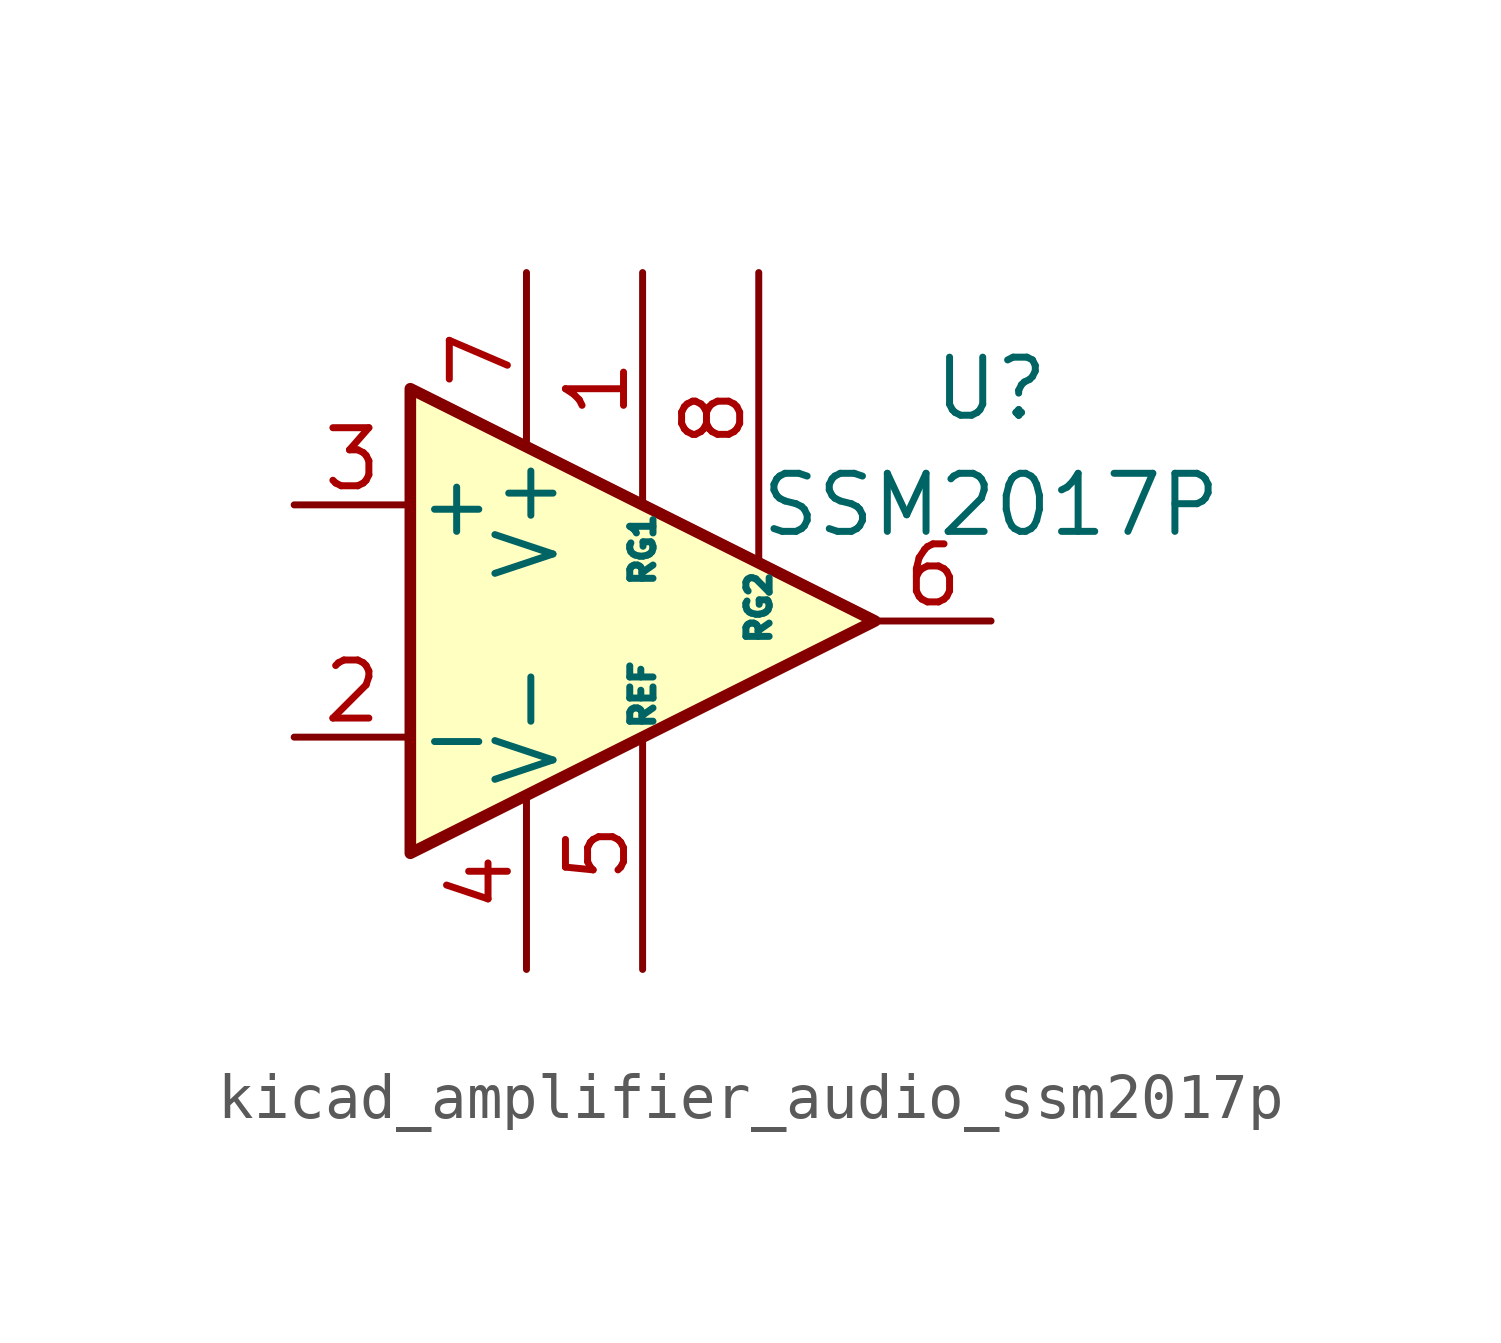
<source format=kicad_sym>
(kicad_symbol_lib
  (version 20220914)
  (generator kicad_symbol_editor)
  (symbol "kicad_amplifier_audio_ssm2017p"
    (pin_names
      (offset 0.127))
    (property "Reference" "U"
      (at 7.62 5.08 0)
      (effects (font (size 1.27 1.27))))
    (property "Value" "SSM2017P"
      (at 7.62 2.54 0)
      (effects (font (size 1.27 1.27))))
    (symbol "kicad_amplifier_audio_ssm2017p_0_1"
      (polyline (pts (xy -5.08 5.08) (xy 5.08 0) (xy -5.08 -5.08) (xy -5.08 5.08)) (stroke (width 0.254) (type default)) (fill (type background))))
    (symbol "kicad_amplifier_audio_ssm2017p_1_1"
      (pin input line (at 0 7.62 270) (length 5.08) (name "RG1" (effects (font (size 0.508 0.508)))) (number "1" (effects (font (size 1.27 1.27)))))
      (pin input line (at -7.62 -2.54 0) (length 2.54) (name "-" (effects (font (size 1.27 1.27)))) (number "2" (effects (font (size 1.27 1.27)))))
      (pin input line (at -7.62 2.54 0) (length 2.54) (name "+" (effects (font (size 1.27 1.27)))) (number "3" (effects (font (size 1.27 1.27)))))
      (pin power_in line (at -2.54 -7.62 90) (length 3.81) (name "V-" (effects (font (size 1.27 1.27)))) (number "4" (effects (font (size 1.27 1.27)))))
      (pin input line (at 0 -7.62 90) (length 5.08) (name "REF" (effects (font (size 0.508 0.508)))) (number "5" (effects (font (size 1.27 1.27)))))
      (pin output line (at 7.62 0 180) (length 2.54) (name "~" (effects (font (size 1.27 1.27)))) (number "6" (effects (font (size 1.27 1.27)))))
      (pin power_in line (at -2.54 7.62 270) (length 3.81) (name "V+" (effects (font (size 1.27 1.27)))) (number "7" (effects (font (size 1.27 1.27)))))
      (pin input line (at 2.54 7.62 270) (length 6.35) (name "RG2" (effects (font (size 0.508 0.508)))) (number "8" (effects (font (size 1.27 1.27))))))))
</source>
